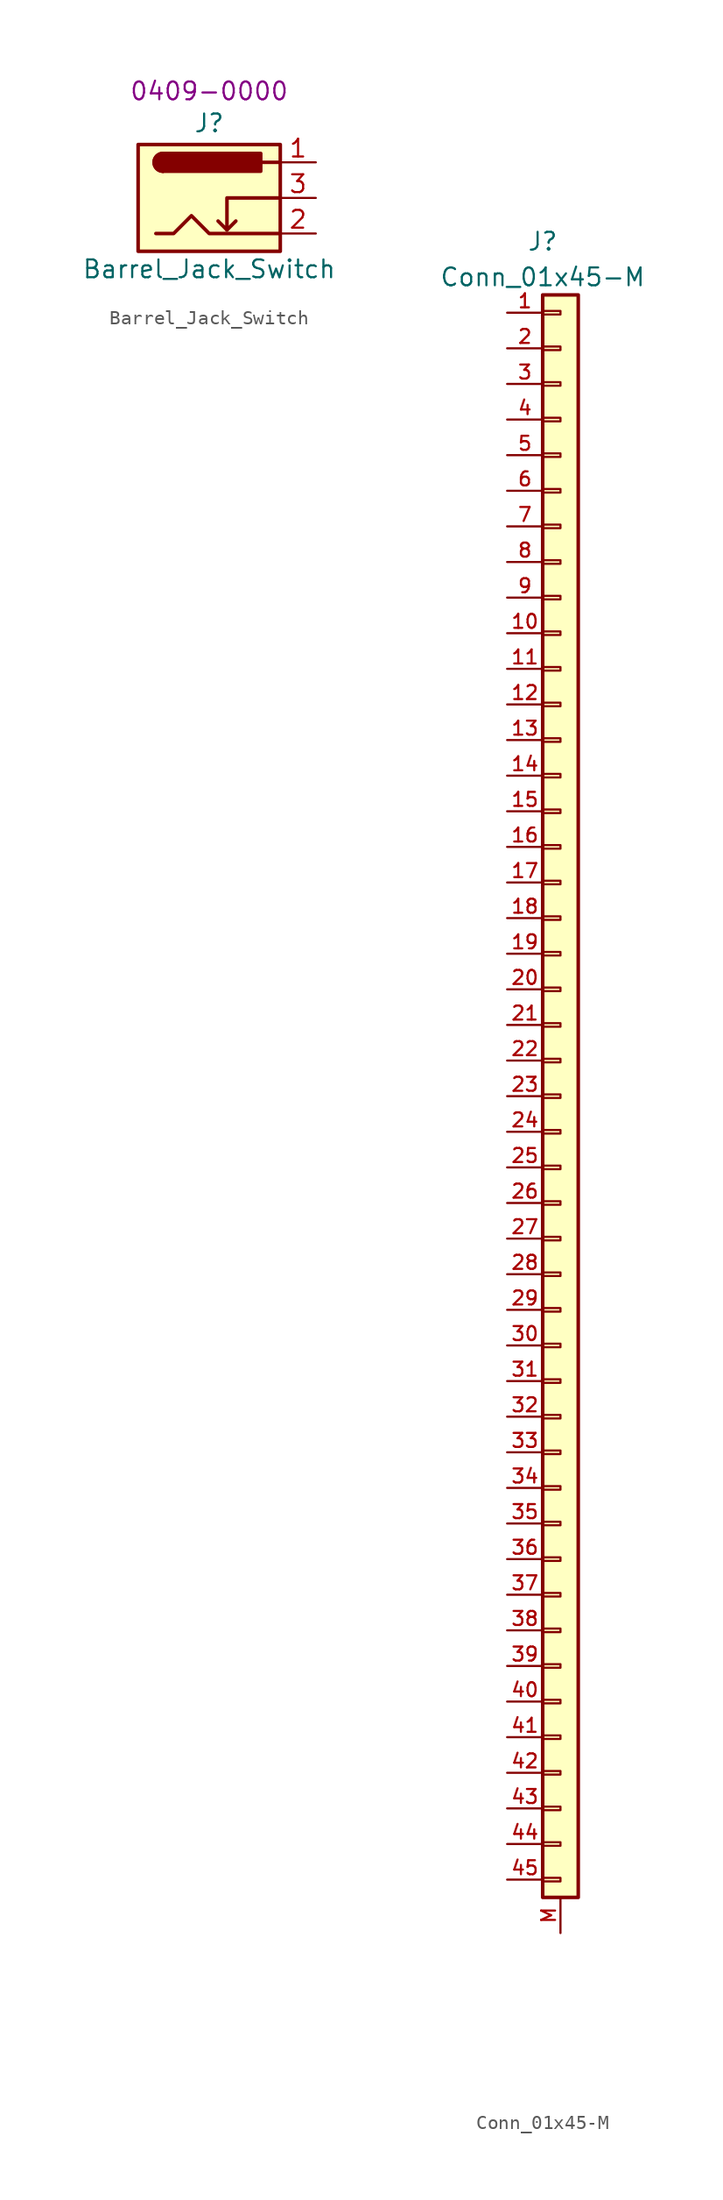
<source format=kicad_sym>
(kicad_symbol_lib
  (version 20231120)
  (generator "kicad_symbol_editor")
  (generator_version "8.0")
  (symbol "Barrel_Jack_Switch"
    (pin_names hide)
    (property "Reference" "J"
      (at 0 5.334 0)
      (effects (font (size 1.27 1.27))))
    (property "Value" "Barrel_Jack_Switch"
      (at 0 -5.08 0)
      (effects (font (size 1.27 1.27))))
    (property "PartNumber" "0409-0000"
      (at 0 7.62 0)
      (effects (font (size 1.27 1.27))))
    (symbol "Barrel_Jack_Switch_0_1"
      (rectangle (start -5.08 3.81) (end 5.08 -3.81) (stroke (width 0.254) (type default)) (fill (type background)))
      (arc (start -3.302 3.175) (mid -3.9343 2.54) (end -3.302 1.905) (stroke (width 0.254) (type default)) (fill (type none)))
      (arc (start -3.302 3.175) (mid -3.9343 2.54) (end -3.302 1.905) (stroke (width 0.254) (type default)) (fill (type outline)))
      (polyline (pts (xy 1.27 -2.286) (xy 1.905 -1.651)) (stroke (width 0.254) (type default)) (fill (type none)))
      (polyline (pts (xy 5.08 2.54) (xy 3.81 2.54)) (stroke (width 0.254) (type default)) (fill (type none)))
      (polyline (pts (xy 5.08 0) (xy 1.27 0) (xy 1.27 -2.286) (xy 0.635 -1.651)) (stroke (width 0.254) (type default)) (fill (type none)))
      (polyline (pts (xy -3.81 -2.54) (xy -2.54 -2.54) (xy -1.27 -1.27) (xy 0 -2.54) (xy 2.54 -2.54) (xy 5.08 -2.54)) (stroke (width 0.254) (type default)) (fill (type none)))
      (rectangle (start 3.683 3.175) (end -3.302 1.905) (stroke (width 0.254) (type default)) (fill (type outline))))
    (symbol "Barrel_Jack_Switch_1_1"
      (pin passive line (at 7.62 2.54 180) (length 2.54) (name "~" (effects (font (size 1.27 1.27)))) (number "1" (effects (font (size 1.27 1.27)))))
      (pin passive line (at 7.62 -2.54 180) (length 2.54) (name "~" (effects (font (size 1.27 1.27)))) (number "2" (effects (font (size 1.27 1.27)))))
      (pin passive line (at 7.62 0 180) (length 2.54) (name "~" (effects (font (size 1.27 1.27)))) (number "3" (effects (font (size 1.27 1.27)))))))
  (symbol "Conn_01x45-M"
    (pin_names
      (offset 1.016) hide)
    (property "Reference" "J"
      (at 0 53.34 0)
      (effects (font (size 1.27 1.27))))
    (property "Value" "Conn_01x45-M"
      (at 0 50.8 0)
      (effects (font (size 1.27 1.27))))
    (symbol "Conn_01x45-M_1_1"
      (rectangle (start 0 -63.373) (end 1.27 -63.627) (stroke (width 0.152) (type default)) (fill (type none)))
      (rectangle (start 0 -60.833) (end 1.27 -61.087) (stroke (width 0.152) (type default)) (fill (type none)))
      (rectangle (start 0 -58.293) (end 1.27 -58.547) (stroke (width 0.152) (type default)) (fill (type none)))
      (rectangle (start 0 -55.753) (end 1.27 -56.007) (stroke (width 0.152) (type default)) (fill (type none)))
      (rectangle (start 0 -53.213) (end 1.27 -53.467) (stroke (width 0.152) (type default)) (fill (type none)))
      (rectangle (start 0 -50.673) (end 1.27 -50.927) (stroke (width 0.152) (type default)) (fill (type none)))
      (rectangle (start 0 -48.133) (end 1.27 -48.387) (stroke (width 0.152) (type default)) (fill (type none)))
      (rectangle (start 0 -45.593) (end 1.27 -45.847) (stroke (width 0.152) (type default)) (fill (type none)))
      (rectangle (start 0 -43.053) (end 1.27 -43.307) (stroke (width 0.152) (type default)) (fill (type none)))
      (rectangle (start 0 -40.513) (end 1.27 -40.767) (stroke (width 0.152) (type default)) (fill (type none)))
      (rectangle (start 0 -37.973) (end 1.27 -38.227) (stroke (width 0.152) (type default)) (fill (type none)))
      (rectangle (start 0 -35.433) (end 1.27 -35.687) (stroke (width 0.152) (type default)) (fill (type none)))
      (rectangle (start 0 -32.893) (end 1.27 -33.147) (stroke (width 0.152) (type default)) (fill (type none)))
      (rectangle (start 0 -30.353) (end 1.27 -30.607) (stroke (width 0.152) (type default)) (fill (type none)))
      (rectangle (start 0 -27.813) (end 1.27 -28.067) (stroke (width 0.152) (type default)) (fill (type none)))
      (rectangle (start 0 -25.273) (end 1.27 -25.527) (stroke (width 0.152) (type default)) (fill (type none)))
      (rectangle (start 0 -22.733) (end 1.27 -22.987) (stroke (width 0.152) (type default)) (fill (type none)))
      (rectangle (start 0 -20.193) (end 1.27 -20.447) (stroke (width 0.152) (type default)) (fill (type none)))
      (rectangle (start 0 -17.653) (end 1.27 -17.907) (stroke (width 0.152) (type default)) (fill (type none)))
      (rectangle (start 0 -15.113) (end 1.27 -15.367) (stroke (width 0.152) (type default)) (fill (type none)))
      (rectangle (start 0 -12.573) (end 1.27 -12.827) (stroke (width 0.152) (type default)) (fill (type none)))
      (rectangle (start 0 -10.033) (end 1.27 -10.287) (stroke (width 0.152) (type default)) (fill (type none)))
      (rectangle (start 0 -7.493) (end 1.27 -7.747) (stroke (width 0.152) (type default)) (fill (type none)))
      (rectangle (start 0 -4.953) (end 1.27 -5.207) (stroke (width 0.152) (type default)) (fill (type none)))
      (rectangle (start 0 -2.413) (end 1.27 -2.667) (stroke (width 0.152) (type default)) (fill (type none)))
      (rectangle (start 0 0.127) (end 1.27 -0.127) (stroke (width 0.152) (type default)) (fill (type none)))
      (rectangle (start 0 2.667) (end 1.27 2.413) (stroke (width 0.152) (type default)) (fill (type none)))
      (rectangle (start 0 5.207) (end 1.27 4.953) (stroke (width 0.152) (type default)) (fill (type none)))
      (rectangle (start 0 7.747) (end 1.27 7.493) (stroke (width 0.152) (type default)) (fill (type none)))
      (rectangle (start 0 10.287) (end 1.27 10.033) (stroke (width 0.152) (type default)) (fill (type none)))
      (rectangle (start 0 12.827) (end 1.27 12.573) (stroke (width 0.152) (type default)) (fill (type none)))
      (rectangle (start 0 15.367) (end 1.27 15.113) (stroke (width 0.152) (type default)) (fill (type none)))
      (rectangle (start 0 17.907) (end 1.27 17.653) (stroke (width 0.152) (type default)) (fill (type none)))
      (rectangle (start 0 20.447) (end 1.27 20.193) (stroke (width 0.152) (type default)) (fill (type none)))
      (rectangle (start 0 22.987) (end 1.27 22.733) (stroke (width 0.152) (type default)) (fill (type none)))
      (rectangle (start 0 25.527) (end 1.27 25.273) (stroke (width 0.152) (type default)) (fill (type none)))
      (rectangle (start 0 28.067) (end 1.27 27.813) (stroke (width 0.152) (type default)) (fill (type none)))
      (rectangle (start 0 30.607) (end 1.27 30.353) (stroke (width 0.152) (type default)) (fill (type none)))
      (rectangle (start 0 33.147) (end 1.27 32.893) (stroke (width 0.152) (type default)) (fill (type none)))
      (rectangle (start 0 35.687) (end 1.27 35.433) (stroke (width 0.152) (type default)) (fill (type none)))
      (rectangle (start 0 38.227) (end 1.27 37.973) (stroke (width 0.152) (type default)) (fill (type none)))
      (rectangle (start 0 40.767) (end 1.27 40.513) (stroke (width 0.152) (type default)) (fill (type none)))
      (rectangle (start 0 43.307) (end 1.27 43.053) (stroke (width 0.152) (type default)) (fill (type none)))
      (rectangle (start 0 45.847) (end 1.27 45.593) (stroke (width 0.152) (type default)) (fill (type none)))
      (rectangle (start 0 48.387) (end 1.27 48.133) (stroke (width 0.152) (type default)) (fill (type none)))
      (rectangle (start 0 49.53) (end 2.54 -64.77) (stroke (width 0.254) (type default)) (fill (type background)))
      (pin passive line (at -2.54 48.26 0) (length 2.54) (name "Pin_1" (effects (font (size 1.27 1.27)))) (number "1" (effects (font (size 1 1)))))
      (pin passive line (at -2.54 25.4 0) (length 2.54) (name "Pin_10" (effects (font (size 1.27 1.27)))) (number "10" (effects (font (size 1 1)))))
      (pin passive line (at -2.54 22.86 0) (length 2.54) (name "Pin_11" (effects (font (size 1.27 1.27)))) (number "11" (effects (font (size 1 1)))))
      (pin passive line (at -2.54 20.32 0) (length 2.54) (name "Pin_12" (effects (font (size 1.27 1.27)))) (number "12" (effects (font (size 1 1)))))
      (pin passive line (at -2.54 17.78 0) (length 2.54) (name "Pin_13" (effects (font (size 1.27 1.27)))) (number "13" (effects (font (size 1 1)))))
      (pin passive line (at -2.54 15.24 0) (length 2.54) (name "Pin_14" (effects (font (size 1.27 1.27)))) (number "14" (effects (font (size 1 1)))))
      (pin passive line (at -2.54 12.7 0) (length 2.54) (name "Pin_15" (effects (font (size 1.27 1.27)))) (number "15" (effects (font (size 1 1)))))
      (pin passive line (at -2.54 10.16 0) (length 2.54) (name "Pin_16" (effects (font (size 1.27 1.27)))) (number "16" (effects (font (size 1 1)))))
      (pin passive line (at -2.54 7.62 0) (length 2.54) (name "Pin_17" (effects (font (size 1.27 1.27)))) (number "17" (effects (font (size 1 1)))))
      (pin passive line (at -2.54 5.08 0) (length 2.54) (name "Pin_18" (effects (font (size 1.27 1.27)))) (number "18" (effects (font (size 1 1)))))
      (pin passive line (at -2.54 2.54 0) (length 2.54) (name "Pin_19" (effects (font (size 1.27 1.27)))) (number "19" (effects (font (size 1 1)))))
      (pin passive line (at -2.54 45.72 0) (length 2.54) (name "Pin_2" (effects (font (size 1.27 1.27)))) (number "2" (effects (font (size 1 1)))))
      (pin passive line (at -2.54 0 0) (length 2.54) (name "Pin_20" (effects (font (size 1.27 1.27)))) (number "20" (effects (font (size 1 1)))))
      (pin passive line (at -2.54 -2.54 0) (length 2.54) (name "Pin_21" (effects (font (size 1.27 1.27)))) (number "21" (effects (font (size 1 1)))))
      (pin passive line (at -2.54 -5.08 0) (length 2.54) (name "Pin_22" (effects (font (size 1.27 1.27)))) (number "22" (effects (font (size 1 1)))))
      (pin passive line (at -2.54 -7.62 0) (length 2.54) (name "Pin_23" (effects (font (size 1.27 1.27)))) (number "23" (effects (font (size 1 1)))))
      (pin passive line (at -2.54 -10.16 0) (length 2.54) (name "Pin_24" (effects (font (size 1.27 1.27)))) (number "24" (effects (font (size 1 1)))))
      (pin passive line (at -2.54 -12.7 0) (length 2.54) (name "Pin_25" (effects (font (size 1.27 1.27)))) (number "25" (effects (font (size 1 1)))))
      (pin passive line (at -2.54 -15.24 0) (length 2.54) (name "Pin_26" (effects (font (size 1.27 1.27)))) (number "26" (effects (font (size 1 1)))))
      (pin passive line (at -2.54 -17.78 0) (length 2.54) (name "Pin_27" (effects (font (size 1.27 1.27)))) (number "27" (effects (font (size 1 1)))))
      (pin passive line (at -2.54 -20.32 0) (length 2.54) (name "Pin_28" (effects (font (size 1.27 1.27)))) (number "28" (effects (font (size 1 1)))))
      (pin passive line (at -2.54 -22.86 0) (length 2.54) (name "Pin_29" (effects (font (size 1.27 1.27)))) (number "29" (effects (font (size 1 1)))))
      (pin passive line (at -2.54 43.18 0) (length 2.54) (name "Pin_3" (effects (font (size 1.27 1.27)))) (number "3" (effects (font (size 1 1)))))
      (pin passive line (at -2.54 -25.4 0) (length 2.54) (name "Pin_30" (effects (font (size 1.27 1.27)))) (number "30" (effects (font (size 1 1)))))
      (pin passive line (at -2.54 -27.94 0) (length 2.54) (name "Pin_31" (effects (font (size 1.27 1.27)))) (number "31" (effects (font (size 1 1)))))
      (pin passive line (at -2.54 -30.48 0) (length 2.54) (name "Pin_32" (effects (font (size 1.27 1.27)))) (number "32" (effects (font (size 1 1)))))
      (pin passive line (at -2.54 -33.02 0) (length 2.54) (name "Pin_33" (effects (font (size 1.27 1.27)))) (number "33" (effects (font (size 1 1)))))
      (pin passive line (at -2.54 -35.56 0) (length 2.54) (name "Pin_34" (effects (font (size 1.27 1.27)))) (number "34" (effects (font (size 1 1)))))
      (pin passive line (at -2.54 -38.1 0) (length 2.54) (name "Pin_35" (effects (font (size 1.27 1.27)))) (number "35" (effects (font (size 1 1)))))
      (pin passive line (at -2.54 -40.64 0) (length 2.54) (name "Pin_36" (effects (font (size 1.27 1.27)))) (number "36" (effects (font (size 1 1)))))
      (pin passive line (at -2.54 -43.18 0) (length 2.54) (name "Pin_37" (effects (font (size 1.27 1.27)))) (number "37" (effects (font (size 1 1)))))
      (pin passive line (at -2.54 -45.72 0) (length 2.54) (name "Pin_38" (effects (font (size 1.27 1.27)))) (number "38" (effects (font (size 1 1)))))
      (pin passive line (at -2.54 -48.26 0) (length 2.54) (name "Pin_39" (effects (font (size 1.27 1.27)))) (number "39" (effects (font (size 1 1)))))
      (pin passive line (at -2.54 40.64 0) (length 2.54) (name "Pin_4" (effects (font (size 1.27 1.27)))) (number "4" (effects (font (size 1 1)))))
      (pin passive line (at -2.54 -50.8 0) (length 2.54) (name "Pin_40" (effects (font (size 1.27 1.27)))) (number "40" (effects (font (size 1 1)))))
      (pin passive line (at -2.54 -53.34 0) (length 2.54) (name "Pin_41" (effects (font (size 1.27 1.27)))) (number "41" (effects (font (size 1 1)))))
      (pin passive line (at -2.54 -55.88 0) (length 2.54) (name "Pin_42" (effects (font (size 1.27 1.27)))) (number "42" (effects (font (size 1 1)))))
      (pin passive line (at -2.54 -58.42 0) (length 2.54) (name "Pin_43" (effects (font (size 1.27 1.27)))) (number "43" (effects (font (size 1 1)))))
      (pin passive line (at -2.54 -60.96 0) (length 2.54) (name "Pin_44" (effects (font (size 1.27 1.27)))) (number "44" (effects (font (size 1 1)))))
      (pin passive line (at -2.54 -63.5 0) (length 2.54) (name "Pin_45" (effects (font (size 1.27 1.27)))) (number "45" (effects (font (size 1 1)))))
      (pin passive line (at -2.54 38.1 0) (length 2.54) (name "Pin_5" (effects (font (size 1.27 1.27)))) (number "5" (effects (font (size 1 1)))))
      (pin passive line (at -2.54 35.56 0) (length 2.54) (name "Pin_6" (effects (font (size 1.27 1.27)))) (number "6" (effects (font (size 1 1)))))
      (pin passive line (at -2.54 33.02 0) (length 2.54) (name "Pin_7" (effects (font (size 1.27 1.27)))) (number "7" (effects (font (size 1 1)))))
      (pin passive line (at -2.54 30.48 0) (length 2.54) (name "Pin_8" (effects (font (size 1.27 1.27)))) (number "8" (effects (font (size 1 1)))))
      (pin passive line (at -2.54 27.94 0) (length 2.54) (name "Pin_9" (effects (font (size 1.27 1.27)))) (number "9" (effects (font (size 1 1)))))
      (pin passive line (at 1.27 -67.31 90) (length 2.54) (name "MNT" (effects (font (size 1.27 1.27)))) (number "M" (effects (font (size 1 1))))))))
</source>
